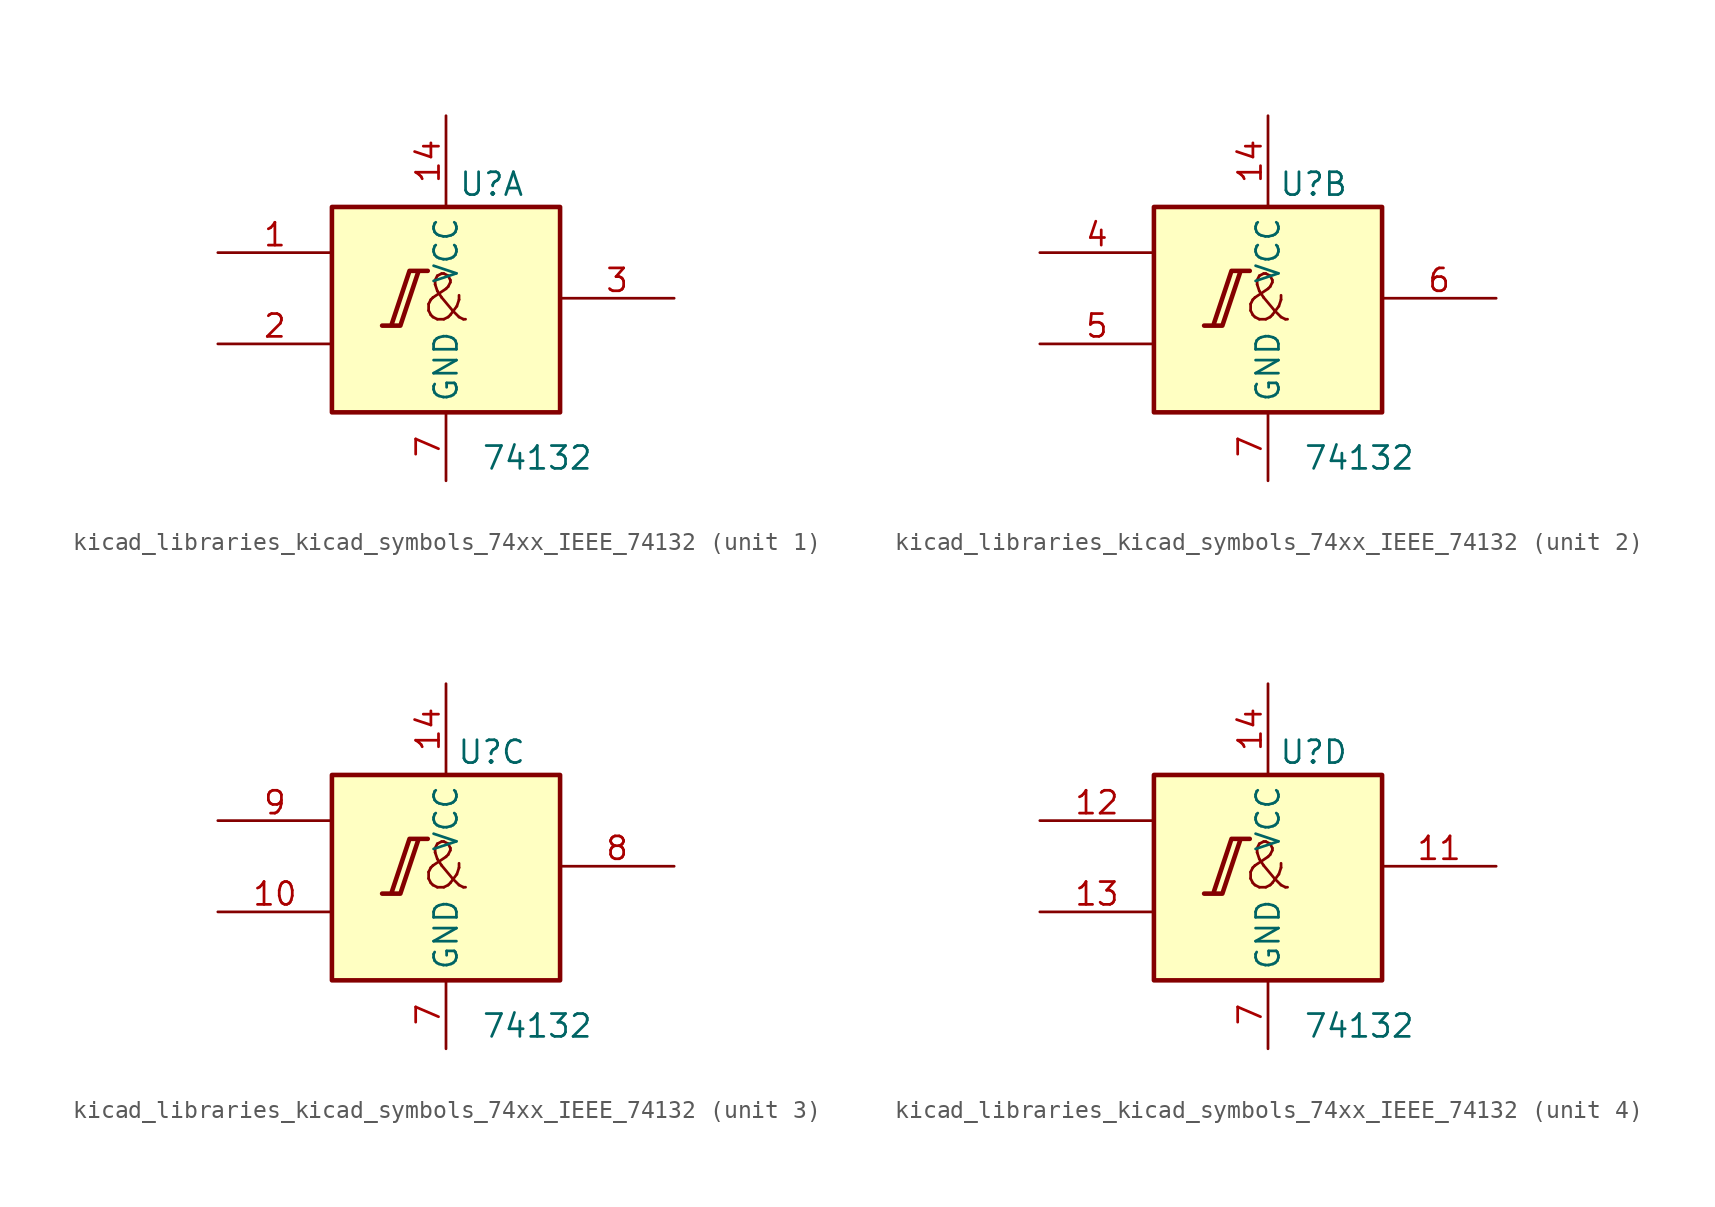
<source format=kicad_sym>
(kicad_symbol_lib
  (version 20220914)
  (generator kicad_symbol_editor)
  (symbol "kicad_libraries_kicad_symbols_74xx_IEEE_74132"
    (property "Reference" "U"
      (at 2.54 6.35 0)
      (effects (font (size 1.27 1.27))))
    (property "Value" "74132"
      (at 5.08 -8.89 0)
      (effects (font (size 1.27 1.27))))
    (symbol "kicad_libraries_kicad_symbols_74xx_IEEE_74132_0_0"
      (polyline (pts (xy -3.556 -1.524) (xy -2.54 -1.524) (xy -1.524 1.524) (xy -1.016 1.524) (xy -2.032 1.524) (xy -3.048 -1.524) (xy -3.048 -1.524)) (stroke (width 0.254) (type default)) (fill (type background))))
    (symbol "kicad_libraries_kicad_symbols_74xx_IEEE_74132_0_1"
      (rectangle (start -6.35 5.08) (end 6.35 -6.35) (stroke (width 0.254) (type default)) (fill (type background)))
      (text "&" (at 0 0 0) (effects (font (size 2.54 2.54))))
      (pin power_in line (at 0 10.16 270) (length 5.08) (name "VCC" (effects (font (size 1.27 1.27)))) (number "14" (effects (font (size 1.27 1.27)))))
      (pin power_in line (at 0 -10.16 90) (length 3.81) (name "GND" (effects (font (size 1.27 1.27)))) (number "7" (effects (font (size 1.27 1.27))))))
    (symbol "kicad_libraries_kicad_symbols_74xx_IEEE_74132_1_1"
      (pin input line (at -12.7 2.54 0) (length 6.35) (name "~" (effects (font (size 1.27 1.27)))) (number "1" (effects (font (size 1.27 1.27)))))
      (pin input line (at -12.7 -2.54 0) (length 6.35) (name "~" (effects (font (size 1.27 1.27)))) (number "2" (effects (font (size 1.27 1.27)))))
      (pin output line (at 12.7 0 180) (length 6.35) (name "~" (effects (font (size 1.27 1.27)))) (number "3" (effects (font (size 1.27 1.27))))))
    (symbol "kicad_libraries_kicad_symbols_74xx_IEEE_74132_2_1"
      (pin input line (at -12.7 2.54 0) (length 6.35) (name "~" (effects (font (size 1.27 1.27)))) (number "4" (effects (font (size 1.27 1.27)))))
      (pin input line (at -12.7 -2.54 0) (length 6.35) (name "~" (effects (font (size 1.27 1.27)))) (number "5" (effects (font (size 1.27 1.27)))))
      (pin output line (at 12.7 0 180) (length 6.35) (name "~" (effects (font (size 1.27 1.27)))) (number "6" (effects (font (size 1.27 1.27))))))
    (symbol "kicad_libraries_kicad_symbols_74xx_IEEE_74132_3_1"
      (pin input line (at -12.7 -2.54 0) (length 6.35) (name "~" (effects (font (size 1.27 1.27)))) (number "10" (effects (font (size 1.27 1.27)))))
      (pin output line (at 12.7 0 180) (length 6.35) (name "~" (effects (font (size 1.27 1.27)))) (number "8" (effects (font (size 1.27 1.27)))))
      (pin input line (at -12.7 2.54 0) (length 6.35) (name "~" (effects (font (size 1.27 1.27)))) (number "9" (effects (font (size 1.27 1.27))))))
    (symbol "kicad_libraries_kicad_symbols_74xx_IEEE_74132_4_1"
      (pin output line (at 12.7 0 180) (length 6.35) (name "~" (effects (font (size 1.27 1.27)))) (number "11" (effects (font (size 1.27 1.27)))))
      (pin input line (at -12.7 2.54 0) (length 6.35) (name "~" (effects (font (size 1.27 1.27)))) (number "12" (effects (font (size 1.27 1.27)))))
      (pin input line (at -12.7 -2.54 0) (length 6.35) (name "~" (effects (font (size 1.27 1.27)))) (number "13" (effects (font (size 1.27 1.27))))))))
</source>
